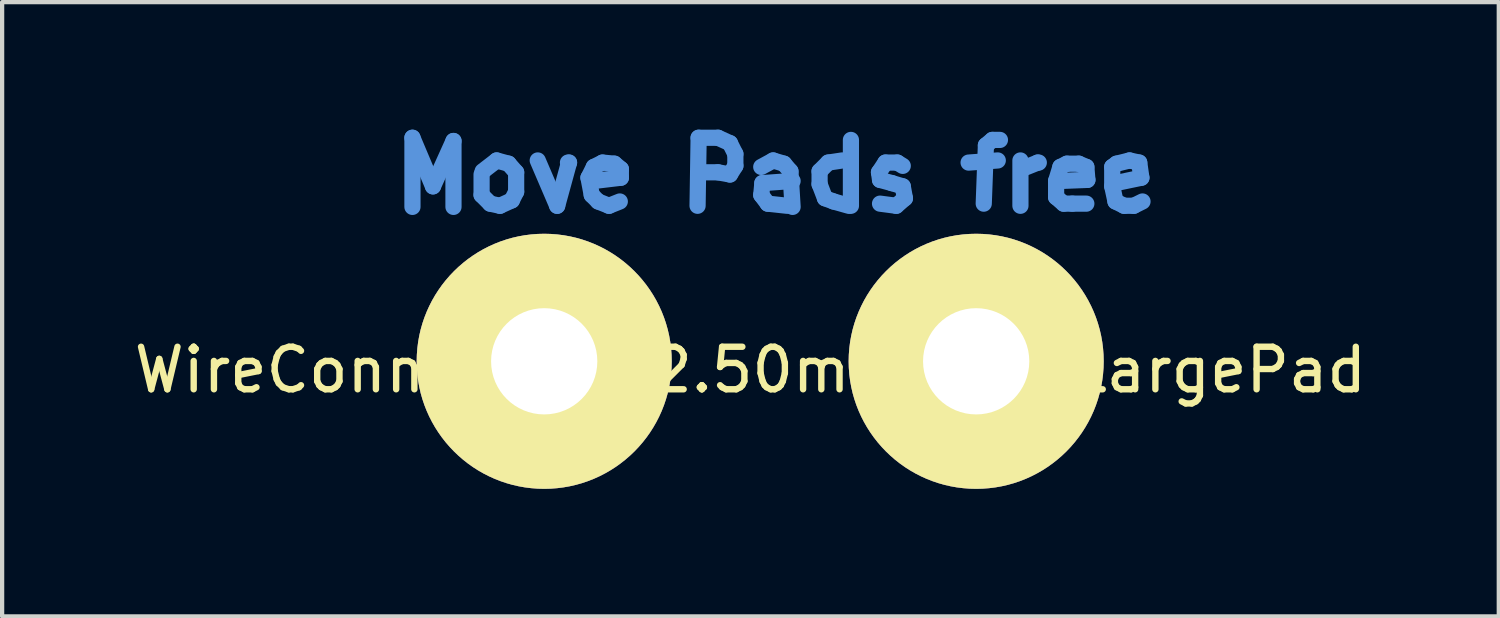
<source format=kicad_pcb>
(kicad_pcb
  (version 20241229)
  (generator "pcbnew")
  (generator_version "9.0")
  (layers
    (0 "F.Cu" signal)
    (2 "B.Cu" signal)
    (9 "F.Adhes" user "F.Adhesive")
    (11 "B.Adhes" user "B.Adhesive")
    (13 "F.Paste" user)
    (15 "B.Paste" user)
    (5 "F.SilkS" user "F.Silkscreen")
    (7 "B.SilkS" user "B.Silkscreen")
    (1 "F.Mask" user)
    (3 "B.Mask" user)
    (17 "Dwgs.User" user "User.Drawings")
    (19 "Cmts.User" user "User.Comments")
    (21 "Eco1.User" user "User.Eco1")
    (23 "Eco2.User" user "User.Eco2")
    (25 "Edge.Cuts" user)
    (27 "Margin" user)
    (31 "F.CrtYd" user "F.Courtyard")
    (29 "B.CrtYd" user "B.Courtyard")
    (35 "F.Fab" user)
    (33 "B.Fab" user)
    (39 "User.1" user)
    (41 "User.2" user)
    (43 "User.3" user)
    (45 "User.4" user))
  (footprint "WireConnection_2.50mmDrill_LargePad"
    (layer "F.Cu")
    (at 9.75 5.448)
    (property "Reference" "WireConnection_2.50mmDrill_LargePad" (at 4.851 0.203 0) (layer "F.SilkS") (effects (font (size 1 1) (thickness 0.15))))
    (attr through_hole)
    (fp_line (start -3.099 -5.258) (end -2.616 -4.115) (stroke (width 0.381) (type solid)) (layer "Cmts.User"))
    (fp_line (start -3.099 -3.632) (end -3.099 -5.258) (stroke (width 0.381) (type solid)) (layer "Cmts.User"))
    (fp_line (start -2.616 -4.115) (end -2.134 -5.182) (stroke (width 0.381) (type solid)) (layer "Cmts.User"))
    (fp_line (start -2.134 -5.182) (end -2.134 -3.632) (stroke (width 0.381) (type solid)) (layer "Cmts.User"))
    (fp_line (start -1.473 -4.394) (end -1.473 -3.912) (stroke (width 0.381) (type solid)) (layer "Cmts.User"))
    (fp_line (start -1.473 -3.912) (end -1.27 -3.708) (stroke (width 0.381) (type solid)) (layer "Cmts.User"))
    (fp_line (start -1.27 -3.708) (end -1.041 -3.658) (stroke (width 0.381) (type solid)) (layer "Cmts.User"))
    (fp_line (start -1.118 -4.724) (end -1.448 -4.47) (stroke (width 0.381) (type solid)) (layer "Cmts.User"))
    (fp_line (start -1.041 -3.658) (end -0.762 -3.785) (stroke (width 0.381) (type solid)) (layer "Cmts.User"))
    (fp_line (start -0.838 -4.648) (end -1.118 -4.724) (stroke (width 0.381) (type solid)) (layer "Cmts.User"))
    (fp_line (start -0.762 -3.785) (end -0.66 -3.988) (stroke (width 0.381) (type solid)) (layer "Cmts.User"))
    (fp_line (start -0.66 -4.445) (end -0.838 -4.648) (stroke (width 0.381) (type solid)) (layer "Cmts.User"))
    (fp_line (start -0.66 -3.988) (end -0.66 -4.445) (stroke (width 0.381) (type solid)) (layer "Cmts.User"))
    (fp_line (start -0.152 -4.724) (end 0.305 -3.658) (stroke (width 0.381) (type solid)) (layer "Cmts.User"))
    (fp_line (start 0.305 -3.658) (end 0.584 -4.674) (stroke (width 0.381) (type solid)) (layer "Cmts.User"))
    (fp_line (start 0.584 -4.674) (end 0.559 -4.674) (stroke (width 0.381) (type solid)) (layer "Cmts.User"))
    (fp_line (start 1.041 -4.318) (end 1.168 -4.572) (stroke (width 0.381) (type solid)) (layer "Cmts.User"))
    (fp_line (start 1.118 -3.912) (end 1.041 -4.318) (stroke (width 0.381) (type solid)) (layer "Cmts.User"))
    (fp_line (start 1.168 -4.572) (end 1.372 -4.674) (stroke (width 0.381) (type solid)) (layer "Cmts.User"))
    (fp_line (start 1.27 -3.759) (end 1.118 -3.912) (stroke (width 0.381) (type solid)) (layer "Cmts.User"))
    (fp_line (start 1.372 -4.674) (end 1.651 -4.648) (stroke (width 0.381) (type solid)) (layer "Cmts.User"))
    (fp_line (start 1.524 -3.658) (end 1.27 -3.759) (stroke (width 0.381) (type solid)) (layer "Cmts.User"))
    (fp_line (start 1.651 -4.648) (end 1.803 -4.521) (stroke (width 0.381) (type solid)) (layer "Cmts.User"))
    (fp_line (start 1.778 -3.759) (end 1.524 -3.658) (stroke (width 0.381) (type solid)) (layer "Cmts.User"))
    (fp_line (start 1.803 -4.521) (end 1.803 -4.318) (stroke (width 0.381) (type solid)) (layer "Cmts.User"))
    (fp_line (start 1.803 -4.318) (end 1.168 -4.242) (stroke (width 0.381) (type solid)) (layer "Cmts.User"))
    (fp_line (start 3.607 -3.658) (end 3.632 -5.258) (stroke (width 0.381) (type solid)) (layer "Cmts.User"))
    (fp_line (start 3.632 -5.258) (end 4.089 -5.258) (stroke (width 0.381) (type solid)) (layer "Cmts.User"))
    (fp_line (start 4.089 -5.258) (end 4.369 -5.131) (stroke (width 0.381) (type solid)) (layer "Cmts.User"))
    (fp_line (start 4.089 -4.445) (end 3.632 -4.445) (stroke (width 0.381) (type solid)) (layer "Cmts.User"))
    (fp_line (start 4.369 -5.131) (end 4.496 -4.877) (stroke (width 0.381) (type solid)) (layer "Cmts.User"))
    (fp_line (start 4.369 -4.394) (end 4.089 -4.445) (stroke (width 0.381) (type solid)) (layer "Cmts.User"))
    (fp_line (start 4.496 -4.877) (end 4.496 -4.597) (stroke (width 0.381) (type solid)) (layer "Cmts.User"))
    (fp_line (start 4.496 -4.597) (end 4.369 -4.394) (stroke (width 0.381) (type solid)) (layer "Cmts.User"))
    (fp_line (start 5.105 -4.572) (end 5.385 -4.724) (stroke (width 0.381) (type solid)) (layer "Cmts.User"))
    (fp_line (start 5.105 -3.912) (end 5.131 -4.191) (stroke (width 0.381) (type solid)) (layer "Cmts.User"))
    (fp_line (start 5.131 -4.191) (end 5.842 -4.242) (stroke (width 0.381) (type solid)) (layer "Cmts.User"))
    (fp_line (start 5.258 -3.708) (end 5.105 -3.912) (stroke (width 0.381) (type solid)) (layer "Cmts.User"))
    (fp_line (start 5.385 -4.724) (end 5.639 -4.648) (stroke (width 0.381) (type solid)) (layer "Cmts.User"))
    (fp_line (start 5.639 -4.648) (end 5.791 -4.47) (stroke (width 0.381) (type solid)) (layer "Cmts.User"))
    (fp_line (start 5.715 -3.658) (end 5.258 -3.708) (stroke (width 0.381) (type solid)) (layer "Cmts.User"))
    (fp_line (start 5.791 -4.47) (end 5.842 -3.632) (stroke (width 0.381) (type solid)) (layer "Cmts.User"))
    (fp_line (start 6.477 -4.47) (end 6.68 -4.674) (stroke (width 0.381) (type solid)) (layer "Cmts.User"))
    (fp_line (start 6.477 -4.166) (end 6.477 -4.47) (stroke (width 0.381) (type solid)) (layer "Cmts.User"))
    (fp_line (start 6.604 -3.835) (end 6.477 -4.166) (stroke (width 0.381) (type solid)) (layer "Cmts.User"))
    (fp_line (start 6.68 -4.674) (end 7.01 -4.724) (stroke (width 0.381) (type solid)) (layer "Cmts.User"))
    (fp_line (start 6.807 -3.759) (end 6.604 -3.835) (stroke (width 0.381) (type solid)) (layer "Cmts.User"))
    (fp_line (start 7.163 -3.658) (end 6.807 -3.759) (stroke (width 0.381) (type solid)) (layer "Cmts.User"))
    (fp_line (start 7.214 -5.207) (end 7.214 -3.658) (stroke (width 0.381) (type solid)) (layer "Cmts.User"))
    (fp_line (start 7.874 -4.445) (end 7.899 -4.267) (stroke (width 0.381) (type solid)) (layer "Cmts.User"))
    (fp_line (start 7.899 -4.267) (end 8.179 -4.191) (stroke (width 0.381) (type solid)) (layer "Cmts.User"))
    (fp_line (start 8.026 -4.674) (end 7.874 -4.445) (stroke (width 0.381) (type solid)) (layer "Cmts.User"))
    (fp_line (start 8.179 -4.191) (end 8.433 -4.115) (stroke (width 0.381) (type solid)) (layer "Cmts.User"))
    (fp_line (start 8.28 -3.658) (end 7.899 -3.708) (stroke (width 0.381) (type solid)) (layer "Cmts.User"))
    (fp_line (start 8.306 -4.674) (end 8.026 -4.674) (stroke (width 0.381) (type solid)) (layer "Cmts.User"))
    (fp_line (start 8.433 -4.597) (end 8.306 -4.674) (stroke (width 0.381) (type solid)) (layer "Cmts.User"))
    (fp_line (start 8.433 -4.115) (end 8.484 -3.835) (stroke (width 0.381) (type solid)) (layer "Cmts.User"))
    (fp_line (start 8.484 -3.835) (end 8.28 -3.658) (stroke (width 0.381) (type solid)) (layer "Cmts.User"))
    (fp_line (start 9.982 -4.674) (end 10.668 -4.724) (stroke (width 0.381) (type solid)) (layer "Cmts.User"))
    (fp_line (start 10.389 -5.08) (end 10.338 -3.708) (stroke (width 0.381) (type solid)) (layer "Cmts.User"))
    (fp_line (start 10.541 -5.207) (end 10.389 -5.08) (stroke (width 0.381) (type solid)) (layer "Cmts.User"))
    (fp_line (start 10.719 -5.207) (end 10.541 -5.207) (stroke (width 0.381) (type solid)) (layer "Cmts.User"))
    (fp_line (start 11.201 -4.724) (end 11.201 -3.658) (stroke (width 0.381) (type solid)) (layer "Cmts.User"))
    (fp_line (start 11.227 -4.521) (end 11.608 -4.674) (stroke (width 0.381) (type solid)) (layer "Cmts.User"))
    (fp_line (start 11.608 -4.674) (end 11.633 -4.674) (stroke (width 0.381) (type solid)) (layer "Cmts.User"))
    (fp_line (start 12.04 -4.242) (end 12.141 -4.572) (stroke (width 0.381) (type solid)) (layer "Cmts.User"))
    (fp_line (start 12.04 -3.861) (end 12.04 -4.242) (stroke (width 0.381) (type solid)) (layer "Cmts.User"))
    (fp_line (start 12.141 -4.572) (end 12.294 -4.648) (stroke (width 0.381) (type solid)) (layer "Cmts.User"))
    (fp_line (start 12.217 -3.708) (end 12.04 -3.861) (stroke (width 0.381) (type solid)) (layer "Cmts.User"))
    (fp_line (start 12.294 -4.648) (end 12.573 -4.648) (stroke (width 0.381) (type solid)) (layer "Cmts.User"))
    (fp_line (start 12.421 -3.708) (end 12.217 -3.708) (stroke (width 0.381) (type solid)) (layer "Cmts.User"))
    (fp_line (start 12.573 -4.648) (end 12.751 -4.572) (stroke (width 0.381) (type solid)) (layer "Cmts.User"))
    (fp_line (start 12.751 -4.572) (end 12.776 -4.267) (stroke (width 0.381) (type solid)) (layer "Cmts.User"))
    (fp_line (start 12.751 -3.708) (end 12.421 -3.708) (stroke (width 0.381) (type solid)) (layer "Cmts.User"))
    (fp_line (start 12.776 -4.267) (end 12.141 -4.242) (stroke (width 0.381) (type solid)) (layer "Cmts.User"))
    (fp_line (start 13.36 -4.572) (end 13.462 -4.648) (stroke (width 0.381) (type solid)) (layer "Cmts.User"))
    (fp_line (start 13.36 -4.115) (end 13.36 -4.572) (stroke (width 0.381) (type solid)) (layer "Cmts.User"))
    (fp_line (start 13.437 -4.191) (end 13.437 -4.242) (stroke (width 0.381) (type solid)) (layer "Cmts.User"))
    (fp_line (start 13.437 -3.759) (end 13.36 -4.115) (stroke (width 0.381) (type solid)) (layer "Cmts.User"))
    (fp_line (start 13.462 -4.648) (end 13.767 -4.724) (stroke (width 0.381) (type solid)) (layer "Cmts.User"))
    (fp_line (start 13.64 -3.658) (end 13.437 -3.759) (stroke (width 0.381) (type solid)) (layer "Cmts.User"))
    (fp_line (start 13.767 -4.724) (end 13.995 -4.674) (stroke (width 0.381) (type solid)) (layer "Cmts.User"))
    (fp_line (start 13.868 -3.658) (end 13.64 -3.658) (stroke (width 0.381) (type solid)) (layer "Cmts.User"))
    (fp_line (start 13.995 -4.674) (end 14.046 -4.318) (stroke (width 0.381) (type solid)) (layer "Cmts.User"))
    (fp_line (start 14.046 -4.318) (end 13.437 -4.191) (stroke (width 0.381) (type solid)) (layer "Cmts.User"))
    (fp_line (start 14.072 -3.759) (end 13.868 -3.658) (stroke (width 0.381) (type solid)) (layer "Cmts.User"))
    (pad "1" thru_hole circle (at 0 0) (size 5.999 5.999) (drill 2.499) (layers "*.Cu" "*.Mask" "F.SilkS"))
    (pad "2" thru_hole circle (at 10.16 0) (size 5.999 5.999) (drill 2.499) (layers "*.Cu" "*.Mask" "F.SilkS")))
  (gr_rect
    (start -3 -3)
    (end 32.202 11.448)
    (stroke (width 0.1) (type default))
    (fill no)
    (layer "Edge.Cuts")))
</source>
